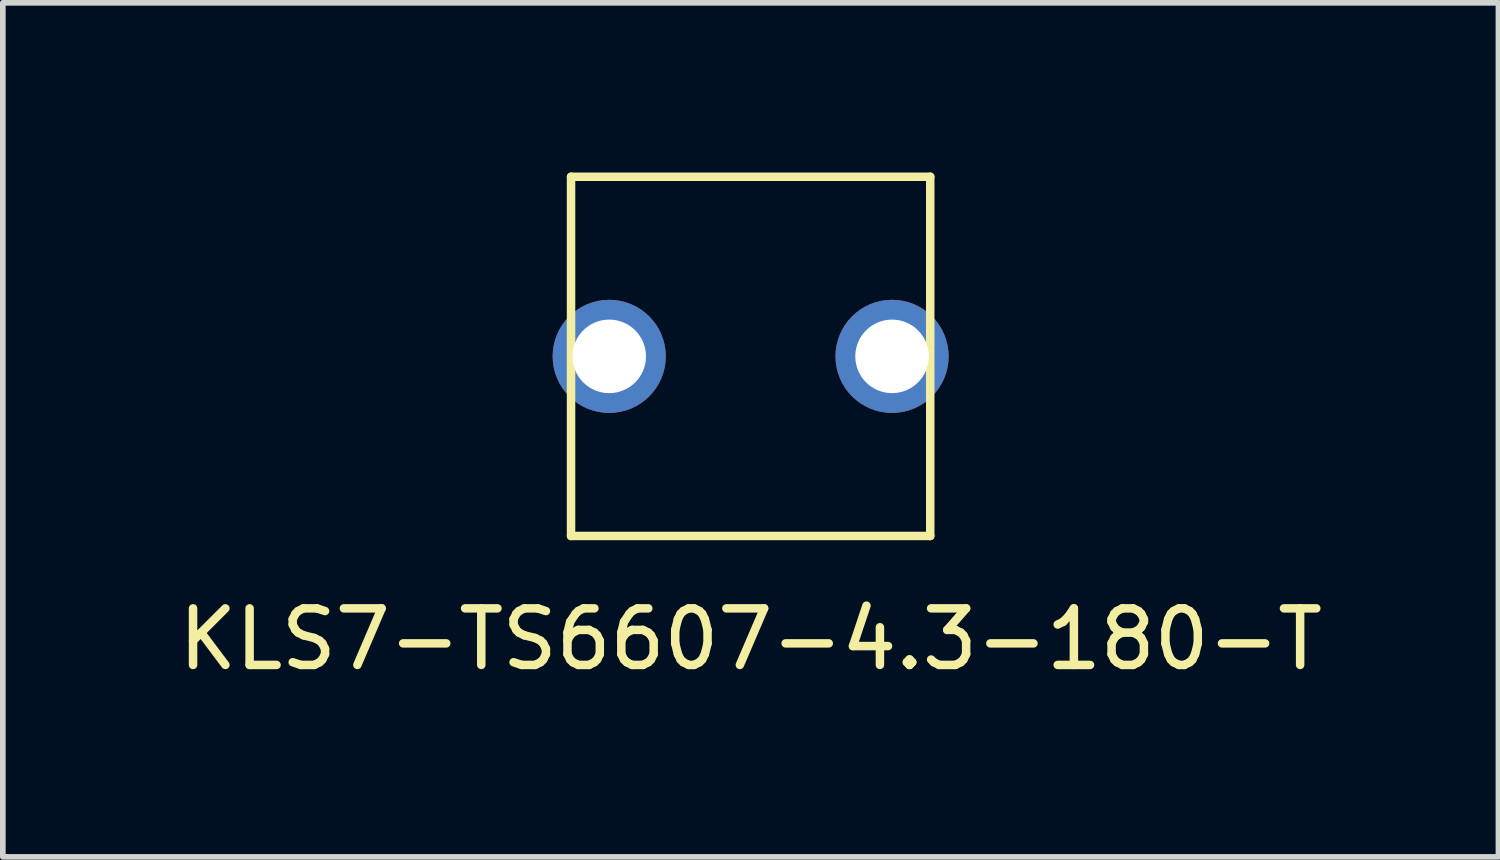
<source format=kicad_pcb>
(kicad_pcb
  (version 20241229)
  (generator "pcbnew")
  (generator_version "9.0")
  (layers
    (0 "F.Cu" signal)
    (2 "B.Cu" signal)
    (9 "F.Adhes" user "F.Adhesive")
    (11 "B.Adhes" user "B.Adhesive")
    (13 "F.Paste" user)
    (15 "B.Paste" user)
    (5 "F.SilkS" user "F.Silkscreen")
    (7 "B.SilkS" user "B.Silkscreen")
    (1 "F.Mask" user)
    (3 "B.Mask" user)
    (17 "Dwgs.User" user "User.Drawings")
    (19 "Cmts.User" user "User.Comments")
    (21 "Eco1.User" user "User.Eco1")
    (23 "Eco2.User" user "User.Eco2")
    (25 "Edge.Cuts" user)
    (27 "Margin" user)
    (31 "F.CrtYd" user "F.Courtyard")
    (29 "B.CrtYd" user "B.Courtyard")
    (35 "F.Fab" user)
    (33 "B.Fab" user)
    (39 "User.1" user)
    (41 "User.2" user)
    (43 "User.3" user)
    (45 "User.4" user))
  (footprint "KLS7-TS6607-4.3-180-T"
    (layer "F.Cu")
    (at 10.22 3.25)
    (property "Reference" "KLS7-TS6607-4.3-180-T" (at 0 5 0) (layer "F.SilkS") (effects (font (size 1 1) (thickness 0.15))))
    (attr through_hole)
    (fp_line (start -3.175 -3.175) (end 3.175 -3.175) (stroke (width 0.15) (type solid)) (layer "F.SilkS"))
    (fp_line (start -3.175 3.175) (end -3.175 -3.175) (stroke (width 0.15) (type solid)) (layer "F.SilkS"))
    (fp_line (start -3.175 3.175) (end 3.175 3.175) (stroke (width 0.15) (type solid)) (layer "F.SilkS"))
    (fp_line (start 3.175 3.175) (end 3.175 -3.175) (stroke (width 0.15) (type solid)) (layer "F.SilkS"))
    (pad "1" thru_hole circle (at -2.5 0) (size 2 2) (drill 1.3) (layers "*.Cu" "*.Mask"))
    (pad "2" thru_hole circle (at 2.5 0) (size 2 2) (drill 1.3) (layers "*.Cu" "*.Mask")))
  (gr_rect
    (start -3 -3)
    (end 23.44 12.098)
    (stroke (width 0.1) (type default))
    (fill no)
    (layer "Edge.Cuts")))
</source>
